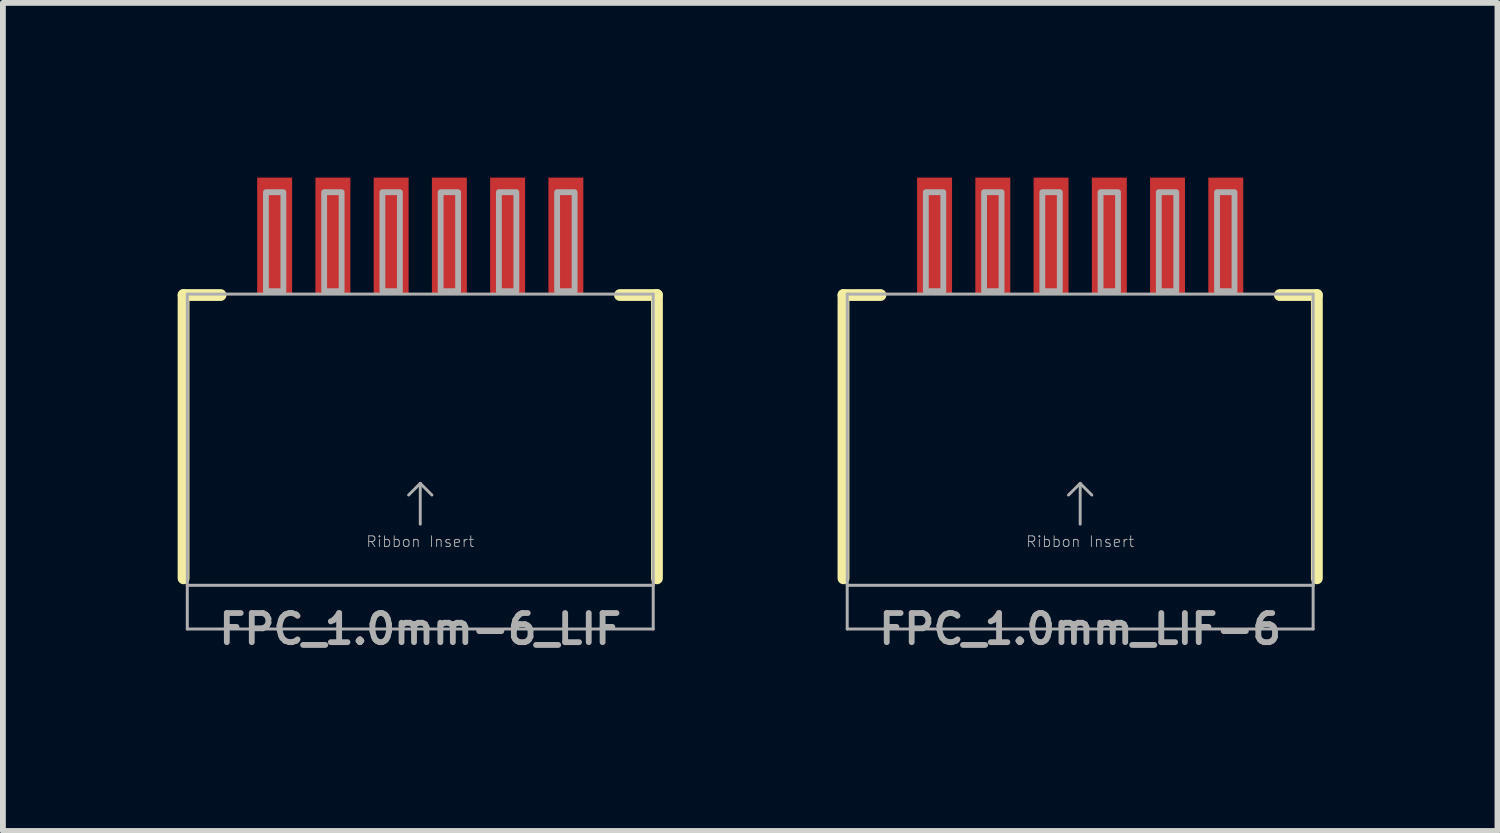
<source format=kicad_pcb>
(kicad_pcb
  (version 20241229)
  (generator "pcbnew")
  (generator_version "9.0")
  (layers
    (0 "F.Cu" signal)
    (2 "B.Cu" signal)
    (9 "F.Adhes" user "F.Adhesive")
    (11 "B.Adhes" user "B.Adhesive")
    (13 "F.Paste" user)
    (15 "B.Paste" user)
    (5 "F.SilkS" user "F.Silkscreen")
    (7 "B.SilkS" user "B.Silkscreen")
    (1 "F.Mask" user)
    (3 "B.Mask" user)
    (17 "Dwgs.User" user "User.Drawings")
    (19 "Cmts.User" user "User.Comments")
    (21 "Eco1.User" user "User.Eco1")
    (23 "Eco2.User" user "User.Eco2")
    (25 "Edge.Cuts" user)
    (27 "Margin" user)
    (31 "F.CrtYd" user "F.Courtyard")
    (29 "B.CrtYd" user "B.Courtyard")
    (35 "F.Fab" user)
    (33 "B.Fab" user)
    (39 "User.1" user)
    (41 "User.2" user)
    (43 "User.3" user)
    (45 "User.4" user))
  (footprint "FPC_1.0mm_LIF-6"
    (layer "F.Cu")
    (at 15.497 4)
    (property "Reference" "FPC_1.0mm_LIF-6" (at 0 3.75 0) (layer "F.Fab") (effects (font (size 0.5 0.5) (thickness 0.1) (bold yes))))
    (fp_line (start -4.064 -1.984) (end -4.064 2.88) (stroke (width 0.203) (type solid)) (layer "F.SilkS"))
    (fp_line (start -3.429 -1.984) (end -4.064 -1.984) (stroke (width 0.203) (type solid)) (layer "F.SilkS"))
    (fp_line (start 4.064 -1.984) (end 3.429 -1.984) (stroke (width 0.203) (type solid)) (layer "F.SilkS"))
    (fp_line (start 4.064 -1.984) (end 4.064 2.88) (stroke (width 0.203) (type solid)) (layer "F.SilkS"))
    (fp_line (start -4 -2) (end 4 -2) (stroke (width 0.051) (type solid)) (layer "F.Fab"))
    (fp_line (start -4 3) (end -4 -2) (stroke (width 0.051) (type solid)) (layer "F.Fab"))
    (fp_line (start -4 3) (end 4 3) (stroke (width 0.051) (type solid)) (layer "F.Fab"))
    (fp_line (start -4 3.75) (end -4 3) (stroke (width 0.051) (type solid)) (layer "F.Fab"))
    (fp_line (start 0 1.25) (end -0.2 1.45) (stroke (width 0.05) (type solid)) (layer "F.Fab"))
    (fp_line (start 0 1.25) (end 0.2 1.45) (stroke (width 0.05) (type solid)) (layer "F.Fab"))
    (fp_line (start 0 1.95) (end 0 1.25) (stroke (width 0.05) (type solid)) (layer "F.Fab"))
    (fp_line (start 4 -2) (end 4 3) (stroke (width 0.051) (type solid)) (layer "F.Fab"))
    (fp_line (start 4 3) (end 4 3.75) (stroke (width 0.051) (type solid)) (layer "F.Fab"))
    (fp_line (start 4 3.75) (end -4 3.75) (stroke (width 0.051) (type solid)) (layer "F.Fab"))
    (fp_poly (pts (xy -2.65 -2.05) (xy -2.35 -2.05) (xy -2.35 -3.75) (xy -2.65 -3.75)) (stroke (width 0.1) (type default)) (fill no) (layer "F.Fab"))
    (fp_poly (pts (xy -1.65 -2.05) (xy -1.35 -2.05) (xy -1.35 -3.75) (xy -1.65 -3.75)) (stroke (width 0.1) (type default)) (fill no) (layer "F.Fab"))
    (fp_poly (pts (xy -0.65 -2.05) (xy -0.35 -2.05) (xy -0.35 -3.75) (xy -0.65 -3.75)) (stroke (width 0.1) (type default)) (fill no) (layer "F.Fab"))
    (fp_poly (pts (xy 0.35 -2.05) (xy 0.65 -2.05) (xy 0.65 -3.75) (xy 0.35 -3.75)) (stroke (width 0.1) (type default)) (fill no) (layer "F.Fab"))
    (fp_poly (pts (xy 1.35 -2.05) (xy 1.65 -2.05) (xy 1.65 -3.75) (xy 1.35 -3.75)) (stroke (width 0.1) (type default)) (fill no) (layer "F.Fab"))
    (fp_poly (pts (xy 2.35 -2.05) (xy 2.65 -2.05) (xy 2.65 -3.75) (xy 2.35 -3.75)) (stroke (width 0.1) (type default)) (fill no) (layer "F.Fab"))
    (fp_text user "Ribbon Insert" (at 0 2.25 0) (layer "F.Fab") (effects (font (size 0.184 0.184) (thickness 0.016))))
    (pad "1" smd rect (at -2.5 -3 90) (size 2 0.6) (layers "F.Cu" "F.Mask" "F.Paste"))
    (pad "2" smd rect (at -1.5 -3 90) (size 2 0.6) (layers "F.Cu" "F.Mask" "F.Paste"))
    (pad "3" smd rect (at -0.5 -3 90) (size 2 0.6) (layers "F.Cu" "F.Mask" "F.Paste"))
    (pad "4" smd rect (at 0.5 -3 90) (size 2 0.6) (layers "F.Cu" "F.Mask" "F.Paste"))
    (pad "5" smd rect (at 1.5 -3 90) (size 2 0.6) (layers "F.Cu" "F.Mask" "F.Paste"))
    (pad "6" smd rect (at 2.5 -3 90) (size 2 0.6) (layers "F.Cu" "F.Mask" "F.Paste")))
  (footprint "FPC_1.0mm-6_LIF"
    (layer "F.Cu")
    (at 4.166 4)
    (property "Reference" "FPC_1.0mm-6_LIF" (at 0 3.75 0) (layer "F.Fab") (effects (font (size 0.5 0.5) (thickness 0.1) (bold yes))))
    (fp_line (start -4.064 -1.984) (end -4.064 2.88) (stroke (width 0.203) (type solid)) (layer "F.SilkS"))
    (fp_line (start -3.429 -1.984) (end -4.064 -1.984) (stroke (width 0.203) (type solid)) (layer "F.SilkS"))
    (fp_line (start 4.064 -1.984) (end 3.429 -1.984) (stroke (width 0.203) (type solid)) (layer "F.SilkS"))
    (fp_line (start 4.064 -1.984) (end 4.064 2.88) (stroke (width 0.203) (type solid)) (layer "F.SilkS"))
    (fp_line (start -4 -2) (end 4 -2) (stroke (width 0.051) (type solid)) (layer "F.Fab"))
    (fp_line (start -4 3) (end -4 -2) (stroke (width 0.051) (type solid)) (layer "F.Fab"))
    (fp_line (start -4 3) (end 4 3) (stroke (width 0.051) (type solid)) (layer "F.Fab"))
    (fp_line (start -4 3.75) (end -4 3) (stroke (width 0.051) (type solid)) (layer "F.Fab"))
    (fp_line (start 0 1.25) (end -0.2 1.45) (stroke (width 0.05) (type solid)) (layer "F.Fab"))
    (fp_line (start 0 1.25) (end 0.2 1.45) (stroke (width 0.05) (type solid)) (layer "F.Fab"))
    (fp_line (start 0 1.95) (end 0 1.25) (stroke (width 0.05) (type solid)) (layer "F.Fab"))
    (fp_line (start 4 -2) (end 4 3) (stroke (width 0.051) (type solid)) (layer "F.Fab"))
    (fp_line (start 4 3) (end 4 3.75) (stroke (width 0.051) (type solid)) (layer "F.Fab"))
    (fp_line (start 4 3.75) (end -4 3.75) (stroke (width 0.051) (type solid)) (layer "F.Fab"))
    (fp_poly (pts (xy -2.65 -2.05) (xy -2.35 -2.05) (xy -2.35 -3.75) (xy -2.65 -3.75)) (stroke (width 0.1) (type default)) (fill no) (layer "F.Fab"))
    (fp_poly (pts (xy -1.65 -2.05) (xy -1.35 -2.05) (xy -1.35 -3.75) (xy -1.65 -3.75)) (stroke (width 0.1) (type default)) (fill no) (layer "F.Fab"))
    (fp_poly (pts (xy -0.65 -2.05) (xy -0.35 -2.05) (xy -0.35 -3.75) (xy -0.65 -3.75)) (stroke (width 0.1) (type default)) (fill no) (layer "F.Fab"))
    (fp_poly (pts (xy 0.35 -2.05) (xy 0.65 -2.05) (xy 0.65 -3.75) (xy 0.35 -3.75)) (stroke (width 0.1) (type default)) (fill no) (layer "F.Fab"))
    (fp_poly (pts (xy 1.35 -2.05) (xy 1.65 -2.05) (xy 1.65 -3.75) (xy 1.35 -3.75)) (stroke (width 0.1) (type default)) (fill no) (layer "F.Fab"))
    (fp_poly (pts (xy 2.35 -2.05) (xy 2.65 -2.05) (xy 2.65 -3.75) (xy 2.35 -3.75)) (stroke (width 0.1) (type default)) (fill no) (layer "F.Fab"))
    (fp_text user "Ribbon Insert" (at 0 2.25 0) (layer "F.Fab") (effects (font (size 0.184 0.184) (thickness 0.016))))
    (pad "1" smd rect (at -2.5 -3 90) (size 2 0.6) (layers "F.Cu" "F.Mask" "F.Paste"))
    (pad "2" smd rect (at -1.5 -3 90) (size 2 0.6) (layers "F.Cu" "F.Mask" "F.Paste"))
    (pad "3" smd rect (at -0.5 -3 90) (size 2 0.6) (layers "F.Cu" "F.Mask" "F.Paste"))
    (pad "4" smd rect (at 0.5 -3 90) (size 2 0.6) (layers "F.Cu" "F.Mask" "F.Paste"))
    (pad "5" smd rect (at 1.5 -3 90) (size 2 0.6) (layers "F.Cu" "F.Mask" "F.Paste"))
    (pad "6" smd rect (at 2.5 -3 90) (size 2 0.6) (layers "F.Cu" "F.Mask" "F.Paste")))
  (gr_rect
    (start -3 -3)
    (end 22.662 11.218)
    (stroke (width 0.1) (type default))
    (fill no)
    (layer "Edge.Cuts")))
</source>
